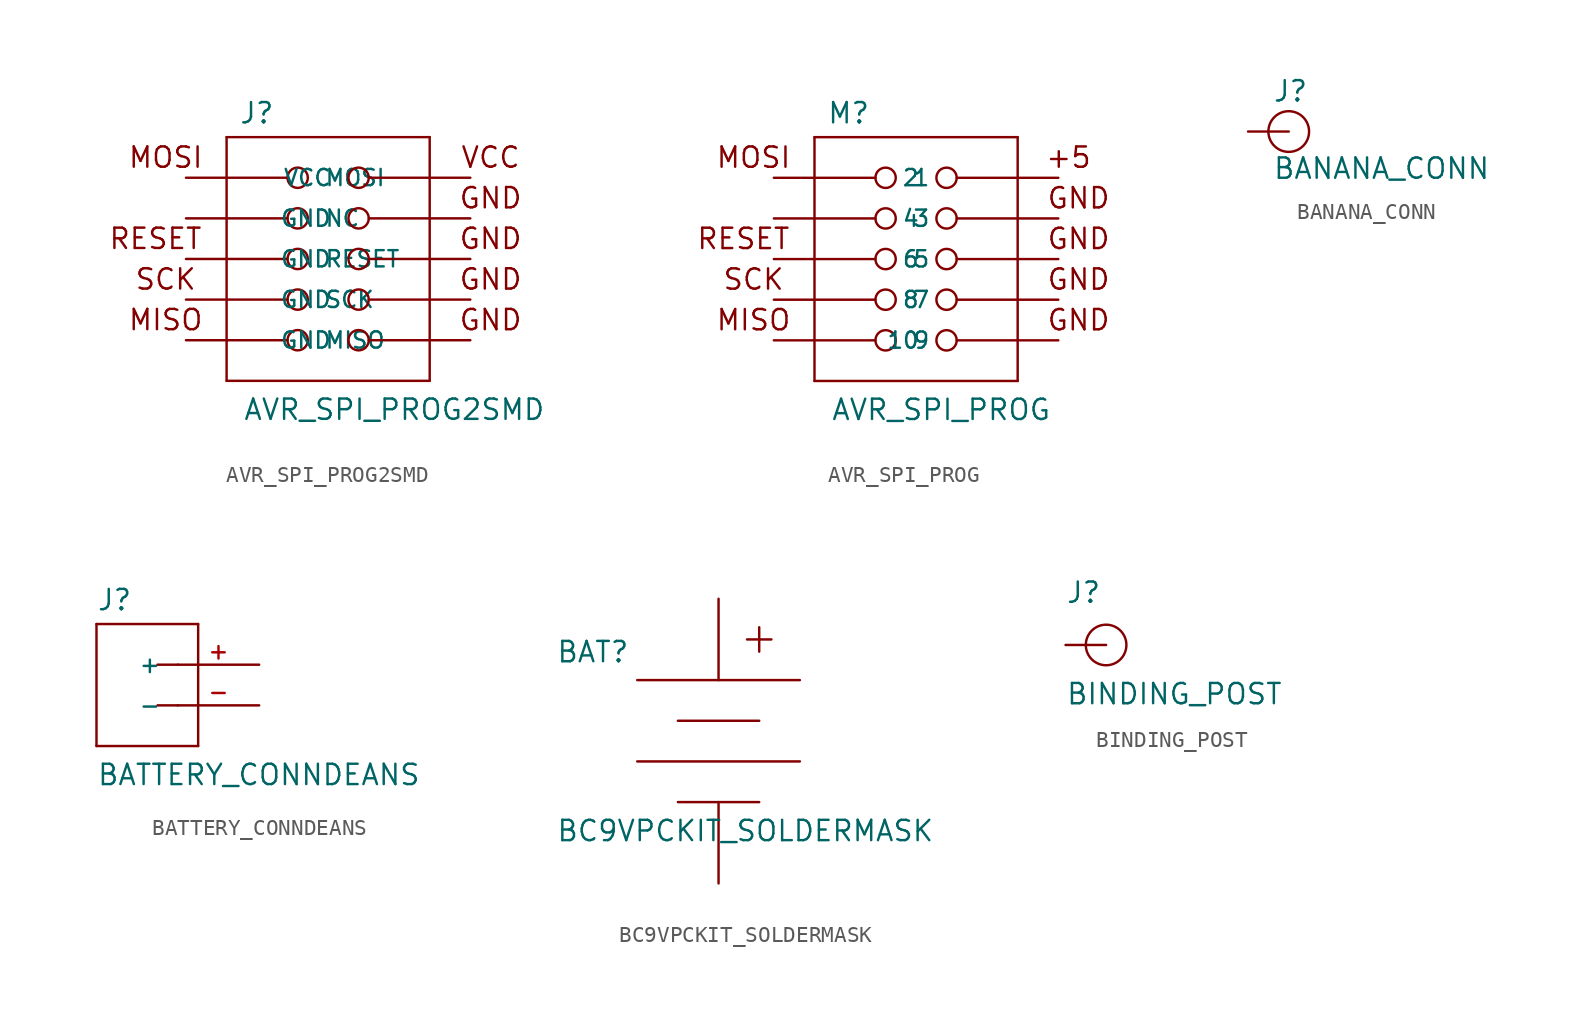
<source format=kicad_sym>
(kicad_symbol_lib
  (version 20211014)
  (generator kicad_symbol_editor)
  (symbol "AVR_SPI_PROG2SMD"
    (pin_numbers hide)
    (pin_names
      (offset 1.016))
    (property "Reference" "J"
      (at -4.318 8.382 0)
      (effects (font (size 1.27 1.27)) (justify left bottom)))
    (property "Value" "AVR_SPI_PROG2SMD"
      (at -4.064 -10.16 0)
      (effects (font (size 1.27 1.27)) (justify left bottom)))
    (property "Datasheet" ""
      (at 0 0 0)
      (effects (font (size 1.524 1.524))))
    (property "ki_locked" ""
      (at 0 0 0)
      (effects (font (size 1.27 1.27))))
    (symbol "AVR_SPI_PROG2SMD_1_0"
      (polyline (pts (xy -5.08 -7.62) (xy 7.62 -7.62)) (stroke (width 0) (type default) (color 0 0 0 0)) (fill (type none)))
      (polyline (pts (xy -5.08 7.62) (xy -5.08 -7.62)) (stroke (width 0) (type default) (color 0 0 0 0)) (fill (type none)))
      (polyline (pts (xy 7.62 -7.62) (xy 7.62 7.62)) (stroke (width 0) (type default) (color 0 0 0 0)) (fill (type none)))
      (polyline (pts (xy 7.62 7.62) (xy -5.08 7.62)) (stroke (width 0) (type default) (color 0 0 0 0)) (fill (type none)))
      (text "GND" (at 11.43 -3.81 0) (effects (font (size 1.27 1.27))))
      (text "GND" (at 11.43 -1.27 0) (effects (font (size 1.27 1.27))))
      (text "GND" (at 11.43 1.27 0) (effects (font (size 1.27 1.27))))
      (text "GND" (at 11.43 3.81 0) (effects (font (size 1.27 1.27))))
      (text "MISO" (at -8.89 -3.81 0) (effects (font (size 1.27 1.27))))
      (text "MOSI" (at -8.89 6.35 0) (effects (font (size 1.27 1.27))))
      (text "RESET" (at -9.525 1.27 0) (effects (font (size 1.27 1.27))))
      (text "SCK" (at -8.89 -1.27 0) (effects (font (size 1.27 1.27))))
      (text "VCC" (at 11.43 6.35 0) (effects (font (size 1.27 1.27)))))
    (symbol "AVR_SPI_PROG2SMD_1_1"
      (pin passive inverted (at -7.62 5.08 0) (length 7.62) (name "MOSI" (effects (font (size 1.016 1.016)))) (number "1" (effects (font (size 1.016 1.016)))))
      (pin power_in inverted (at 10.16 -5.08 180) (length 7.62) (name "GND" (effects (font (size 1.016 1.016)))) (number "10" (effects (font (size 1.016 1.016)))))
      (pin power_in inverted (at 10.16 5.08 180) (length 7.62) (name "VCC" (effects (font (size 1.016 1.016)))) (number "2" (effects (font (size 1.016 1.016)))))
      (pin unspecified inverted (at -7.62 2.54 0) (length 7.62) (name "NC" (effects (font (size 1.016 1.016)))) (number "3" (effects (font (size 1.016 1.016)))))
      (pin power_in inverted (at 10.16 2.54 180) (length 7.62) (name "GND" (effects (font (size 1.016 1.016)))) (number "4" (effects (font (size 1.016 1.016)))))
      (pin passive inverted (at -7.62 0 0) (length 7.62) (name "RESET" (effects (font (size 1.016 1.016)))) (number "5" (effects (font (size 1.016 1.016)))))
      (pin power_in inverted (at 10.16 0 180) (length 7.62) (name "GND" (effects (font (size 1.016 1.016)))) (number "6" (effects (font (size 1.016 1.016)))))
      (pin passive inverted (at -7.62 -2.54 0) (length 7.62) (name "SCK" (effects (font (size 1.016 1.016)))) (number "7" (effects (font (size 1.016 1.016)))))
      (pin power_in inverted (at 10.16 -2.54 180) (length 7.62) (name "GND" (effects (font (size 1.016 1.016)))) (number "8" (effects (font (size 1.016 1.016)))))
      (pin passive inverted (at -7.62 -5.08 0) (length 7.62) (name "MISO" (effects (font (size 1.016 1.016)))) (number "9" (effects (font (size 1.016 1.016)))))))
  (symbol "AVR_SPI_PROG"
    (pin_numbers hide)
    (pin_names
      (offset 1.016))
    (property "Reference" "M"
      (at -4.318 8.382 0)
      (effects (font (size 1.27 1.27)) (justify left bottom)))
    (property "Value" "AVR_SPI_PROG"
      (at -4.064 -10.16 0)
      (effects (font (size 1.27 1.27)) (justify left bottom)))
    (property "Datasheet" ""
      (at 0 0 0)
      (effects (font (size 1.524 1.524))))
    (property "ki_locked" ""
      (at 0 0 0)
      (effects (font (size 1.27 1.27))))
    (symbol "AVR_SPI_PROG_1_0"
      (polyline (pts (xy -5.08 -7.62) (xy 7.62 -7.62)) (stroke (width 0) (type default) (color 0 0 0 0)) (fill (type none)))
      (polyline (pts (xy -5.08 7.62) (xy -5.08 -7.62)) (stroke (width 0) (type default) (color 0 0 0 0)) (fill (type none)))
      (polyline (pts (xy 7.62 -7.62) (xy 7.62 7.62)) (stroke (width 0) (type default) (color 0 0 0 0)) (fill (type none)))
      (polyline (pts (xy 7.62 7.62) (xy -5.08 7.62)) (stroke (width 0) (type default) (color 0 0 0 0)) (fill (type none)))
      (text "+5" (at 10.795 6.35 0) (effects (font (size 1.27 1.27))))
      (text "GND" (at 11.43 -3.81 0) (effects (font (size 1.27 1.27))))
      (text "GND" (at 11.43 -1.27 0) (effects (font (size 1.27 1.27))))
      (text "GND" (at 11.43 1.27 0) (effects (font (size 1.27 1.27))))
      (text "GND" (at 11.43 3.81 0) (effects (font (size 1.27 1.27))))
      (text "MISO" (at -8.89 -3.81 0) (effects (font (size 1.27 1.27))))
      (text "MOSI" (at -8.89 6.35 0) (effects (font (size 1.27 1.27))))
      (text "RESET" (at -9.525 1.27 0) (effects (font (size 1.27 1.27))))
      (text "SCK" (at -8.89 -1.27 0) (effects (font (size 1.27 1.27)))))
    (symbol "AVR_SPI_PROG_1_1"
      (pin passive inverted (at -7.62 5.08 0) (length 7.62) (name "1" (effects (font (size 1.016 1.016)))) (number "1" (effects (font (size 1.016 1.016)))))
      (pin passive inverted (at 10.16 -5.08 180) (length 7.62) (name "10" (effects (font (size 1.016 1.016)))) (number "10" (effects (font (size 1.016 1.016)))))
      (pin passive inverted (at 10.16 5.08 180) (length 7.62) (name "2" (effects (font (size 1.016 1.016)))) (number "2" (effects (font (size 1.016 1.016)))))
      (pin passive inverted (at -7.62 2.54 0) (length 7.62) (name "3" (effects (font (size 1.016 1.016)))) (number "3" (effects (font (size 1.016 1.016)))))
      (pin passive inverted (at 10.16 2.54 180) (length 7.62) (name "4" (effects (font (size 1.016 1.016)))) (number "4" (effects (font (size 1.016 1.016)))))
      (pin passive inverted (at -7.62 0 0) (length 7.62) (name "5" (effects (font (size 1.016 1.016)))) (number "5" (effects (font (size 1.016 1.016)))))
      (pin passive inverted (at 10.16 0 180) (length 7.62) (name "6" (effects (font (size 1.016 1.016)))) (number "6" (effects (font (size 1.016 1.016)))))
      (pin passive inverted (at -7.62 -2.54 0) (length 7.62) (name "7" (effects (font (size 1.016 1.016)))) (number "7" (effects (font (size 1.016 1.016)))))
      (pin passive inverted (at 10.16 -2.54 180) (length 7.62) (name "8" (effects (font (size 1.016 1.016)))) (number "8" (effects (font (size 1.016 1.016)))))
      (pin passive inverted (at -7.62 -5.08 0) (length 7.62) (name "9" (effects (font (size 1.016 1.016)))) (number "9" (effects (font (size 1.016 1.016)))))))
  (symbol "BANANA_CONN"
    (pin_numbers hide)
    (pin_names
      (offset 1.016) hide)
    (property "Reference" "J"
      (at -1.016 1.778 0)
      (effects (font (size 1.27 1.27)) (justify left bottom)))
    (property "Value" "BANANA_CONN"
      (at -1.016 -3.048 0)
      (effects (font (size 1.27 1.27)) (justify left bottom)))
    (property "Datasheet" ""
      (at 0 0 0)
      (effects (font (size 1.524 1.524))))
    (property "ki_locked" ""
      (at 0 0 0)
      (effects (font (size 1.27 1.27))))
    (symbol "BANANA_CONN_1_1"
      (circle (center 0 0) (radius 1.27) (stroke (width 0) (type default) (color 0 0 0 0)) (fill (type none)))
      (pin passive line (at -2.54 0 0) (length 2.54) (name "1" (effects (font (size 1.016 1.016)))) (number "P$1" (effects (font (size 1.016 1.016)))))))
  (symbol "BATTERY_CONNDEANS"
    (pin_names
      (offset 1.016))
    (property "Reference" "J"
      (at -2.54 3.302 0)
      (effects (font (size 1.27 1.27)) (justify left bottom)))
    (property "Value" "BATTERY_CONNDEANS"
      (at -2.54 -7.62 0)
      (effects (font (size 1.27 1.27)) (justify left bottom)))
    (property "Datasheet" ""
      (at 0 0 0)
      (effects (font (size 1.524 1.524))))
    (property "ki_locked" ""
      (at 0 0 0)
      (effects (font (size 1.27 1.27))))
    (symbol "BATTERY_CONNDEANS_1_0"
      (polyline (pts (xy -2.54 2.54) (xy -2.54 -5.08)) (stroke (width 0) (type default) (color 0 0 0 0)) (fill (type none)))
      (polyline (pts (xy -2.54 2.54) (xy 3.81 2.54)) (stroke (width 0) (type default) (color 0 0 0 0)) (fill (type none)))
      (polyline (pts (xy 1.27 -2.54) (xy 2.54 -2.54)) (stroke (width 0) (type default) (color 0 0 0 0)) (fill (type none)))
      (polyline (pts (xy 1.27 0) (xy 2.54 0)) (stroke (width 0) (type default) (color 0 0 0 0)) (fill (type none)))
      (polyline (pts (xy 3.81 -5.08) (xy -2.54 -5.08)) (stroke (width 0) (type default) (color 0 0 0 0)) (fill (type none)))
      (polyline (pts (xy 3.81 -5.08) (xy 3.81 2.54)) (stroke (width 0) (type default) (color 0 0 0 0)) (fill (type none))))
    (symbol "BATTERY_CONNDEANS_1_1"
      (pin passive line (at 7.62 0 180) (length 5.08) (name "+" (effects (font (size 1.016 1.016)))) (number "+" (effects (font (size 1.016 1.016)))))
      (pin passive line (at 7.62 -2.54 180) (length 5.08) (name "-" (effects (font (size 1.016 1.016)))) (number "-" (effects (font (size 1.016 1.016)))))))
  (symbol "BC9VPCKIT_SOLDERMASK"
    (pin_numbers hide)
    (pin_names
      (offset 1.016) hide)
    (property "Reference" "BAT"
      (at -10.16 3.556 0)
      (effects (font (size 1.27 1.27)) (justify left bottom)))
    (property "Value" "BC9VPCKIT_SOLDERMASK"
      (at -10.16 -7.62 0)
      (effects (font (size 1.27 1.27)) (justify left bottom)))
    (property "Datasheet" ""
      (at 0 0 0)
      (effects (font (size 1.524 1.524))))
    (property "ki_locked" ""
      (at 0 0 0)
      (effects (font (size 1.27 1.27))))
    (symbol "BC9VPCKIT_SOLDERMASK_1_0"
      (polyline (pts (xy -5.08 -2.54) (xy 5.08 -2.54)) (stroke (width 0) (type default) (color 0 0 0 0)) (fill (type none)))
      (polyline (pts (xy -5.08 2.54) (xy 5.08 2.54)) (stroke (width 0) (type default) (color 0 0 0 0)) (fill (type none)))
      (polyline (pts (xy -2.54 -5.08) (xy 2.54 -5.08)) (stroke (width 0) (type default) (color 0 0 0 0)) (fill (type none)))
      (polyline (pts (xy -2.54 0) (xy 2.54 0)) (stroke (width 0) (type default) (color 0 0 0 0)) (fill (type none)))
      (polyline (pts (xy 1.778 5.08) (xy 3.302 5.08)) (stroke (width 0) (type default) (color 0 0 0 0)) (fill (type none)))
      (polyline (pts (xy 2.54 5.842) (xy 2.54 4.318)) (stroke (width 0) (type default) (color 0 0 0 0)) (fill (type none))))
    (symbol "BC9VPCKIT_SOLDERMASK_1_1"
      (pin bidirectional line (at 0 7.62 270) (length 5.08) (name "V+" (effects (font (size 1.016 1.016)))) (number "V+" (effects (font (size 1.016 1.016)))))
      (pin bidirectional line (at 0 -10.16 90) (length 5.08) (name "V-" (effects (font (size 1.016 1.016)))) (number "V-" (effects (font (size 1.016 1.016)))))))
  (symbol "BINDING_POST"
    (pin_numbers hide)
    (pin_names
      (offset 1.016) hide)
    (property "Reference" "J"
      (at -2.54 2.54 0)
      (effects (font (size 1.27 1.27)) (justify left bottom)))
    (property "Value" "BINDING_POST"
      (at -2.54 -3.81 0)
      (effects (font (size 1.27 1.27)) (justify left bottom)))
    (property "Datasheet" ""
      (at 0 0 0)
      (effects (font (size 1.524 1.524))))
    (property "ki_locked" ""
      (at 0 0 0)
      (effects (font (size 1.27 1.27))))
    (symbol "BINDING_POST_1_1"
      (circle (center 0 0) (radius 1.27) (stroke (width 0) (type default) (color 0 0 0 0)) (fill (type none)))
      (pin bidirectional line (at -2.54 0 0) (length 2.54) (name "P$1" (effects (font (size 1.016 1.016)))) (number "P$1" (effects (font (size 1.016 1.016))))))))
</source>
